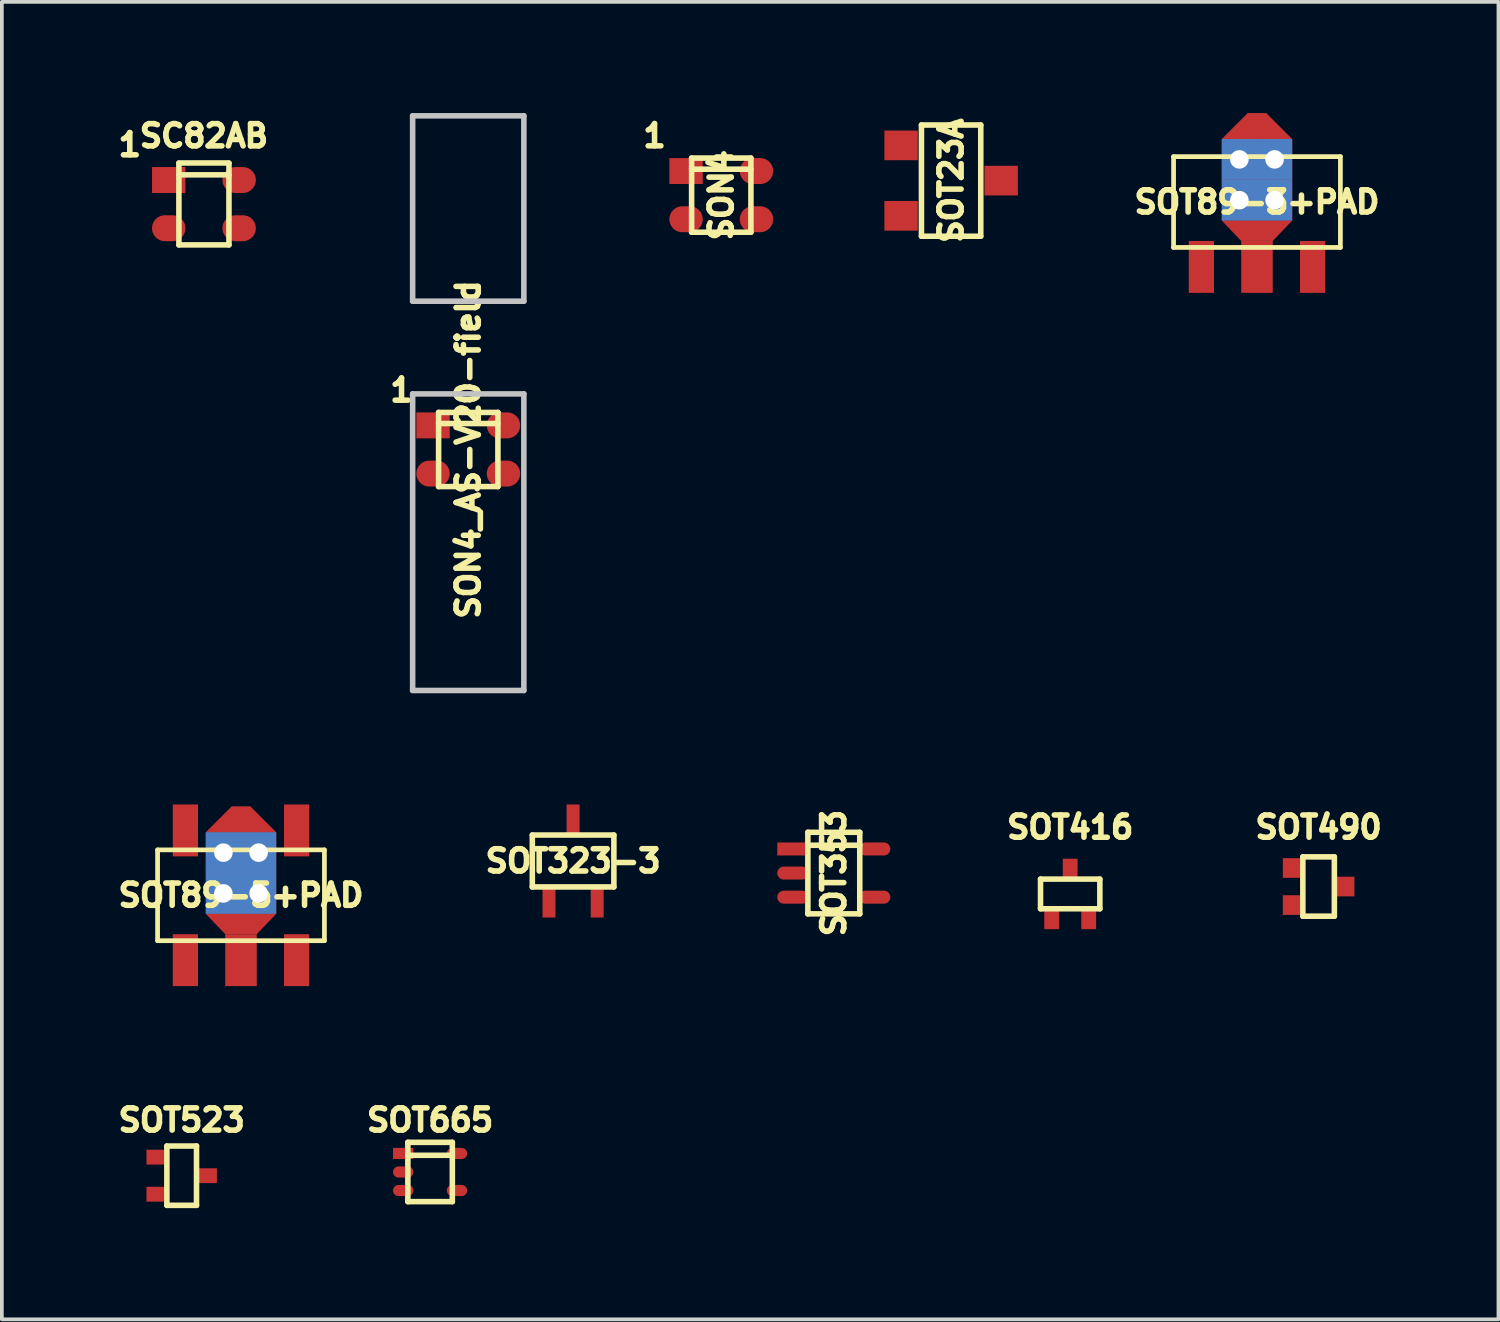
<source format=kicad_pcb>
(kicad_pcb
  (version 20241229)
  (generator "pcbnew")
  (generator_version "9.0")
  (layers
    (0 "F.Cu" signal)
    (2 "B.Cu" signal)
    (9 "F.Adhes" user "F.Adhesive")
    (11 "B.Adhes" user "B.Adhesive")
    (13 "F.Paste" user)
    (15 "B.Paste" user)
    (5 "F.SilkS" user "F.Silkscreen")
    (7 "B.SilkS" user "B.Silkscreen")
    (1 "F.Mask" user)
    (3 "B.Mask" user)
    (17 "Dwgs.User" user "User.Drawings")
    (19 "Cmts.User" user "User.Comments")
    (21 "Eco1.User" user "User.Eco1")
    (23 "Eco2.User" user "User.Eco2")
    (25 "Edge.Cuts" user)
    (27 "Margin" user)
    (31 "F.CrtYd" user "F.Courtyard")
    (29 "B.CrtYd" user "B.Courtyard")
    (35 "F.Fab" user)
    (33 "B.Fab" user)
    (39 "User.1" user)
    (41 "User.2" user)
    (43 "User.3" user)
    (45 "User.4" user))
  (footprint "SOT89-3+PAD"
    (layer "F.Cu")
    (at 30.857 2.4)
    (property "Reference" "SOT89-3+PAD" (at 0 0 0) (layer "F.SilkS") (effects (font (size 0.6 0.6) (thickness 0.15))))
    (attr smd)
    (fp_line (start -2.25 -1.225) (end 2.25 -1.225) (stroke (width 0.127) (type solid)) (layer "F.SilkS"))
    (fp_line (start -2.25 1.225) (end -2.25 -1.225) (stroke (width 0.127) (type solid)) (layer "F.SilkS"))
    (fp_line (start 2.25 -1.225) (end 2.25 1.225) (stroke (width 0.127) (type solid)) (layer "F.SilkS"))
    (fp_line (start 2.25 1.225) (end -2.25 1.225) (stroke (width 0.127) (type solid)) (layer "F.SilkS"))
    (pad "1" smd rect (at -1.5 1.75) (size 0.68 1.4) (layers "F.Cu" "F.Mask" "F.Paste"))
    (pad "2" thru_hole rect (at -0.475 -1.15) (size 0.95 1.1) (drill 0.5) (layers "*.Cu" "*.Mask" "F.Paste"))
    (pad "2" thru_hole rect (at -0.475 -0.05) (size 0.95 1.1) (drill 0.5) (layers "*.Cu" "*.Mask" "F.Paste"))
    (pad "2" smd trapezoid (at 0 -2.05) (size 1.2 0.7) (rect_delta 0 0.7) (layers "F.Cu" "F.Mask" "F.Paste"))
    (pad "2" smd trapezoid (at 0 0.775) (size 1.375 0.55) (rect_delta 0 -0.525) (layers "F.Cu" "F.Mask" "F.Paste"))
    (pad "2" smd rect (at 0 1.75) (size 0.85 1.4) (layers "F.Cu" "F.Mask" "F.Paste"))
    (pad "2" thru_hole rect (at 0.475 -1.15) (size 0.95 1.1) (drill 0.5) (layers "*.Cu" "*.Mask" "F.Paste"))
    (pad "2" thru_hole rect (at 0.475 -0.05) (size 0.95 1.1) (drill 0.5) (layers "*.Cu" "*.Mask" "F.Paste"))
    (pad "3" smd rect (at 1.5 1.75) (size 0.68 1.4) (layers "F.Cu" "F.Mask" "F.Paste")))
  (footprint "SOT353"
    (layer "F.Cu")
    (at 19.442 20.501)
    (property "Reference" "SOT353" (at 0 0 270) (layer "F.SilkS") (effects (font (size 0.6 0.6) (thickness 0.15))))
    (attr smd)
    (fp_line (start -0.7 -1.1) (end 0.7 -1.1) (stroke (width 0.15) (type solid)) (layer "F.SilkS"))
    (fp_line (start -0.7 1.1) (end -0.7 -1.1) (stroke (width 0.15) (type solid)) (layer "F.SilkS"))
    (fp_line (start 0.7 -1.1) (end 0.7 1.1) (stroke (width 0.15) (type solid)) (layer "F.SilkS"))
    (fp_line (start 0.7 -0.75) (end -0.7 -0.75) (stroke (width 0.15) (type solid)) (layer "F.SilkS"))
    (fp_line (start 0.7 1.1) (end -0.7 1.1) (stroke (width 0.15) (type solid)) (layer "F.SilkS"))
    (pad "1" smd rect (at -1.1 -0.65 270) (size 0.35 0.85) (layers "F.Cu" "F.Mask" "F.Paste"))
    (pad "2" smd oval (at -1.1 0 270) (size 0.35 0.85) (layers "F.Cu" "F.Mask" "F.Paste"))
    (pad "3" smd oval (at -1.1 0.65 270) (size 0.35 0.85) (layers "F.Cu" "F.Mask" "F.Paste"))
    (pad "4" smd oval (at 1.1 0.65 270) (size 0.35 0.85) (layers "F.Cu" "F.Mask" "F.Paste"))
    (pad "5" smd oval (at 1.1 -0.65 270) (size 0.35 0.85) (layers "F.Cu" "F.Mask" "F.Paste")))
  (footprint "SOT416"
    (layer "F.Cu")
    (at 25.818 21.064)
    (property "Reference" "SOT416" (at 0 -1.8 0) (layer "F.SilkS") (effects (font (size 0.6 0.6) (thickness 0.15))))
    (attr smd)
    (fp_line (start -0.8 -0.4) (end 0.8 -0.4) (stroke (width 0.15) (type solid)) (layer "F.SilkS"))
    (fp_line (start -0.8 0.4) (end -0.8 -0.4) (stroke (width 0.15) (type solid)) (layer "F.SilkS"))
    (fp_line (start 0.8 -0.4) (end 0.8 0.4) (stroke (width 0.15) (type solid)) (layer "F.SilkS"))
    (fp_line (start 0.8 0.4) (end -0.8 0.4) (stroke (width 0.15) (type solid)) (layer "F.SilkS"))
    (pad "1" smd rect (at -0.5 0.65) (size 0.4 0.6) (layers "F.Cu" "F.Mask" "F.Paste"))
    (pad "2" smd rect (at 0.5 0.65) (size 0.4 0.6) (layers "F.Cu" "F.Mask" "F.Paste"))
    (pad "3" smd rect (at 0 -0.65) (size 0.4 0.6) (layers "F.Cu" "F.Mask" "F.Paste")))
  (footprint "SON4"
    (layer "F.Cu")
    (at 16.406 2.214)
    (property "Reference" "SON4" (at 0 0 90) (layer "F.SilkS") (effects (font (size 0.6 0.6) (thickness 0.15))))
    (attr smd)
    (fp_line (start -0.8 -1) (end 0.8 -1) (stroke (width 0.15) (type solid)) (layer "F.SilkS"))
    (fp_line (start -0.8 -0.7) (end 0.8 -0.7) (stroke (width 0.15) (type solid)) (layer "F.SilkS"))
    (fp_line (start -0.8 1) (end -0.8 -1) (stroke (width 0.15) (type solid)) (layer "F.SilkS"))
    (fp_line (start 0.8 -1) (end 0.8 1) (stroke (width 0.15) (type solid)) (layer "F.SilkS"))
    (fp_line (start 0.8 1) (end -0.8 1) (stroke (width 0.15) (type solid)) (layer "F.SilkS"))
    (fp_text user "1" (at -1.8 -1.6 0) (layer "F.SilkS") (effects (font (size 0.6 0.6) (thickness 0.15))))
    (pad "1" smd rect (at -0.95 -0.65) (size 0.9 0.7) (layers "F.Cu" "F.Mask" "F.Paste"))
    (pad "2" smd oval (at -0.95 0.65) (size 0.9 0.7) (layers "F.Cu" "F.Mask" "F.Paste"))
    (pad "3" smd oval (at 0.95 0.65) (size 0.9 0.7) (layers "F.Cu" "F.Mask" "F.Paste"))
    (pad "4" smd oval (at 0.95 -0.65) (size 0.9 0.7) (layers "F.Cu" "F.Mask" "F.Paste")))
  (footprint "SOT490"
    (layer "F.Cu")
    (at 32.519 20.864)
    (property "Reference" "SOT490" (at 0 -1.6 0) (layer "F.SilkS") (effects (font (size 0.6 0.6) (thickness 0.15))))
    (attr smd)
    (fp_line (start -0.425 -0.8) (end 0.425 -0.8) (stroke (width 0.15) (type solid)) (layer "F.SilkS"))
    (fp_line (start -0.425 0.8) (end -0.425 -0.8) (stroke (width 0.15) (type solid)) (layer "F.SilkS"))
    (fp_line (start 0.425 -0.8) (end 0.425 0.8) (stroke (width 0.15) (type solid)) (layer "F.SilkS"))
    (fp_line (start 0.425 0.8) (end -0.425 0.8) (stroke (width 0.15) (type solid)) (layer "F.SilkS"))
    (pad "1" smd rect (at -0.7 -0.5) (size 0.53 0.53) (layers "F.Cu" "F.Mask" "F.Paste"))
    (pad "2" smd rect (at -0.7 0.5) (size 0.53 0.53) (layers "F.Cu" "F.Mask" "F.Paste"))
    (pad "3" smd rect (at 0.7 0) (size 0.53 0.53) (layers "F.Cu" "F.Mask" "F.Paste")))
  (footprint "SC82AB"
    (layer "F.Cu")
    (at 2.451 2.456)
    (property "Reference" "SC82AB" (at 0 -1.841 0) (layer "F.SilkS") (effects (font (size 0.6 0.6) (thickness 0.15))))
    (attr smd)
    (fp_line (start -0.675 -1.11) (end 0.675 -1.11) (stroke (width 0.15) (type solid)) (layer "F.SilkS"))
    (fp_line (start -0.675 -0.79) (end 0.675 -0.79) (stroke (width 0.15) (type solid)) (layer "F.SilkS"))
    (fp_line (start -0.675 1.1) (end -0.675 -1.1) (stroke (width 0.15) (type solid)) (layer "F.SilkS"))
    (fp_line (start 0.675 -1.1) (end 0.675 1.1) (stroke (width 0.15) (type solid)) (layer "F.SilkS"))
    (fp_line (start 0.675 1.1) (end -0.675 1.1) (stroke (width 0.15) (type solid)) (layer "F.SilkS"))
    (fp_text user "1" (at -2 -1.6 0) (layer "F.SilkS") (effects (font (size 0.6 0.6) (thickness 0.15))))
    (pad "1" smd rect (at -0.95 -0.65) (size 0.9 0.7) (layers "F.Cu" "F.Mask" "F.Paste"))
    (pad "2" smd oval (at -0.95 0.65) (size 0.9 0.7) (layers "F.Cu" "F.Mask" "F.Paste"))
    (pad "3" smd oval (at 0.95 0.65) (size 0.9 0.7) (layers "F.Cu" "F.Mask" "F.Paste"))
    (pad "4" smd oval (at 0.95 -0.65) (size 0.9 0.7) (layers "F.Cu" "F.Mask" "F.Paste")))
  (footprint "SOT323-3"
    (layer "F.Cu")
    (at 12.409 20.175)
    (property "Reference" "SOT323-3" (at 0 0 0) (layer "F.SilkS") (effects (font (size 0.6 0.6) (thickness 0.15))))
    (attr smd)
    (fp_line (start -1.1 -0.7) (end 1.1 -0.7) (stroke (width 0.15) (type solid)) (layer "F.SilkS"))
    (fp_line (start -1.1 0.7) (end -1.1 -0.7) (stroke (width 0.15) (type solid)) (layer "F.SilkS"))
    (fp_line (start 1.1 -0.7) (end 1.1 0.7) (stroke (width 0.15) (type solid)) (layer "F.SilkS"))
    (fp_line (start 1.1 0.7) (end -1.1 0.7) (stroke (width 0.15) (type solid)) (layer "F.SilkS"))
    (pad "1" smd rect (at -0.65 1.1) (size 0.35 0.85) (layers "F.Cu" "F.Mask" "F.Paste"))
    (pad "2" smd rect (at 0.65 1.1) (size 0.35 0.85) (layers "F.Cu" "F.Mask" "F.Paste"))
    (pad "3" smd rect (at 0 -1.1) (size 0.35 0.85) (layers "F.Cu" "F.Mask" "F.Paste")))
  (footprint "SOT665"
    (layer "F.Cu")
    (at 8.552 28.564)
    (property "Reference" "SOT665" (at 0 -1.4 0) (layer "F.SilkS") (effects (font (size 0.6 0.6) (thickness 0.15))))
    (attr smd)
    (fp_line (start -0.6 -0.8) (end 0.6 -0.8) (stroke (width 0.15) (type solid)) (layer "F.SilkS"))
    (fp_line (start -0.6 -0.45) (end 0.6 -0.45) (stroke (width 0.15) (type solid)) (layer "F.SilkS"))
    (fp_line (start -0.6 0.8) (end -0.6 -0.8) (stroke (width 0.15) (type solid)) (layer "F.SilkS"))
    (fp_line (start 0.6 -0.8) (end 0.6 0.8) (stroke (width 0.15) (type solid)) (layer "F.SilkS"))
    (fp_line (start 0.6 0.8) (end -0.6 0.8) (stroke (width 0.15) (type solid)) (layer "F.SilkS"))
    (pad "1" smd rect (at -0.725 -0.5) (size 0.55 0.3) (layers "F.Cu" "F.Mask" "F.Paste"))
    (pad "2" smd oval (at -0.725 0) (size 0.55 0.3) (layers "F.Cu" "F.Mask" "F.Paste"))
    (pad "3" smd oval (at -0.725 0.5) (size 0.55 0.3) (layers "F.Cu" "F.Mask" "F.Paste"))
    (pad "4" smd oval (at 0.725 0.5) (size 0.55 0.3) (layers "F.Cu" "F.Mask" "F.Paste"))
    (pad "5" smd oval (at 0.725 -0.5) (size 0.55 0.3) (layers "F.Cu" "F.Mask" "F.Paste")))
  (footprint "SOT23A"
    (layer "F.Cu")
    (at 22.606 1.822)
    (property "Reference" "SOT23A" (at 0 0 270) (layer "F.SilkS") (effects (font (size 0.6 0.6) (thickness 0.15))))
    (attr smd)
    (fp_line (start -0.8 -1.5) (end 0.8 -1.5) (stroke (width 0.15) (type solid)) (layer "F.SilkS"))
    (fp_line (start -0.8 1.5) (end -0.8 -1.5) (stroke (width 0.15) (type solid)) (layer "F.SilkS"))
    (fp_line (start 0.8 -1.5) (end 0.8 1.5) (stroke (width 0.15) (type solid)) (layer "F.SilkS"))
    (fp_line (start 0.8 1.5) (end -0.8 1.5) (stroke (width 0.15) (type solid)) (layer "F.SilkS"))
    (pad "1" smd rect (at -1.35 -0.95 270) (size 0.8 0.9) (layers "F.Cu" "F.Mask" "F.Paste"))
    (pad "2" smd rect (at -1.35 0.95 270) (size 0.8 0.9) (layers "F.Cu" "F.Mask" "F.Paste"))
    (pad "3" smd rect (at 1.35 0 270) (size 0.8 0.9) (layers "F.Cu" "F.Mask" "F.Paste")))
  (footprint "SOT523"
    (layer "F.Cu")
    (at 1.851 28.664)
    (property "Reference" "SOT523" (at 0 -1.5 0) (layer "F.SilkS") (effects (font (size 0.6 0.6) (thickness 0.15))))
    (attr smd)
    (fp_line (start -0.4 -0.8) (end 0.4 -0.8) (stroke (width 0.15) (type solid)) (layer "F.SilkS"))
    (fp_line (start -0.4 0.8) (end -0.4 -0.8) (stroke (width 0.15) (type solid)) (layer "F.SilkS"))
    (fp_line (start 0.4 -0.8) (end 0.4 0.8) (stroke (width 0.15) (type solid)) (layer "F.SilkS"))
    (fp_line (start 0.4 0.8) (end -0.4 0.8) (stroke (width 0.15) (type solid)) (layer "F.SilkS"))
    (pad "1" smd rect (at -0.65 -0.5 270) (size 0.4 0.6) (layers "F.Cu" "F.Mask" "F.Paste"))
    (pad "2" smd rect (at -0.65 0.5 270) (size 0.4 0.6) (layers "F.Cu" "F.Mask" "F.Paste"))
    (pad "3" smd rect (at 0.65 0 270) (size 0.4 0.6) (layers "F.Cu" "F.Mask" "F.Paste")))
  (footprint "SON4_AS-V20-field"
    (layer "F.Cu")
    (at 9.581 9.075)
    (property "Reference" "SON4_AS-V20-field" (at 0 0 90) (layer "F.SilkS") (effects (font (size 0.6 0.6) (thickness 0.15))))
    (attr smd)
    (fp_line (start -0.8 -1) (end 0.8 -1) (stroke (width 0.15) (type solid)) (layer "F.SilkS"))
    (fp_line (start -0.8 -0.7) (end 0.8 -0.7) (stroke (width 0.15) (type solid)) (layer "F.SilkS"))
    (fp_line (start -0.8 1) (end -0.8 -1) (stroke (width 0.15) (type solid)) (layer "F.SilkS"))
    (fp_line (start 0.8 -1) (end 0.8 1) (stroke (width 0.15) (type solid)) (layer "F.SilkS"))
    (fp_line (start 0.8 1) (end -0.8 1) (stroke (width 0.15) (type solid)) (layer "F.SilkS"))
    (fp_line (start -1.5 -9) (end -1.5 -4) (stroke (width 0.15) (type solid)) (layer "Dwgs.User"))
    (fp_line (start -1.5 -4) (end 1.5 -4) (stroke (width 0.15) (type solid)) (layer "Dwgs.User"))
    (fp_line (start -1.5 -1.5) (end 1.5 -1.5) (stroke (width 0.15) (type solid)) (layer "Dwgs.User"))
    (fp_line (start -1.5 6.5) (end -1.5 -1.5) (stroke (width 0.15) (type solid)) (layer "Dwgs.User"))
    (fp_line (start 1.5 -9) (end -1.5 -9) (stroke (width 0.15) (type solid)) (layer "Dwgs.User"))
    (fp_line (start 1.5 -4) (end 1.5 -9) (stroke (width 0.15) (type solid)) (layer "Dwgs.User"))
    (fp_line (start 1.5 -1.5) (end 1.5 6.5) (stroke (width 0.15) (type solid)) (layer "Dwgs.User"))
    (fp_line (start 1.5 6.5) (end -1.5 6.5) (stroke (width 0.15) (type solid)) (layer "Dwgs.User"))
    (fp_text user "1" (at -1.8 -1.6 0) (layer "F.SilkS") (effects (font (size 0.6 0.6) (thickness 0.15))))
    (pad "1" smd rect (at -0.95 -0.65) (size 0.9 0.7) (layers "F.Cu" "F.Mask" "F.Paste"))
    (pad "2" smd oval (at -0.95 0.65) (size 0.9 0.7) (layers "F.Cu" "F.Mask" "F.Paste"))
    (pad "3" smd oval (at 0.95 0.65) (size 0.9 0.7) (layers "F.Cu" "F.Mask" "F.Paste"))
    (pad "4" smd oval (at 0.95 -0.65) (size 0.9 0.7) (layers "F.Cu" "F.Mask" "F.Paste")))
  (footprint "SOT89-5+PAD"
    (layer "F.Cu")
    (at 3.451 21.1)
    (property "Reference" "SOT89-5+PAD" (at 0 0 0) (layer "F.SilkS") (effects (font (size 0.6 0.6) (thickness 0.15))))
    (attr smd)
    (fp_line (start -2.25 -1.225) (end 2.25 -1.225) (stroke (width 0.127) (type solid)) (layer "F.SilkS"))
    (fp_line (start -2.25 1.225) (end -2.25 -1.225) (stroke (width 0.127) (type solid)) (layer "F.SilkS"))
    (fp_line (start 2.25 -1.225) (end 2.25 1.225) (stroke (width 0.127) (type solid)) (layer "F.SilkS"))
    (fp_line (start 2.25 1.225) (end -2.25 1.225) (stroke (width 0.127) (type solid)) (layer "F.SilkS"))
    (pad "1" smd rect (at -1.5 1.75) (size 0.68 1.4) (layers "F.Cu" "F.Mask" "F.Paste"))
    (pad "2" thru_hole rect (at -0.475 -1.15) (size 0.95 1.1) (drill 0.5) (layers "*.Cu" "*.Mask" "F.Paste"))
    (pad "2" thru_hole rect (at -0.475 -0.05) (size 0.95 1.1) (drill 0.5) (layers "*.Cu" "*.Mask" "F.Paste"))
    (pad "2" smd trapezoid (at 0 -2.05) (size 1.2 0.7) (rect_delta 0 0.7) (layers "F.Cu" "F.Mask" "F.Paste"))
    (pad "2" smd trapezoid (at 0 0.775) (size 1.375 0.55) (rect_delta 0 -0.525) (layers "F.Cu" "F.Mask" "F.Paste"))
    (pad "2" smd rect (at 0 1.75) (size 0.85 1.4) (layers "F.Cu" "F.Mask" "F.Paste"))
    (pad "2" thru_hole rect (at 0.475 -1.15) (size 0.95 1.1) (drill 0.5) (layers "*.Cu" "*.Mask" "F.Paste"))
    (pad "2" thru_hole rect (at 0.475 -0.05) (size 0.95 1.1) (drill 0.5) (layers "*.Cu" "*.Mask" "F.Paste"))
    (pad "3" smd rect (at 1.5 1.75) (size 0.68 1.4) (layers "F.Cu" "F.Mask" "F.Paste"))
    (pad "4" smd rect (at 1.5 -1.75) (size 0.68 1.4) (layers "F.Cu" "F.Mask" "F.Paste"))
    (pad "5" smd rect (at -1.5 -1.75) (size 0.68 1.4) (layers "F.Cu" "F.Mask" "F.Paste")))
  (gr_rect
    (start -3 -3)
    (end 37.37 32.539)
    (stroke (width 0.1) (type default))
    (fill no)
    (layer "Edge.Cuts")))
</source>
